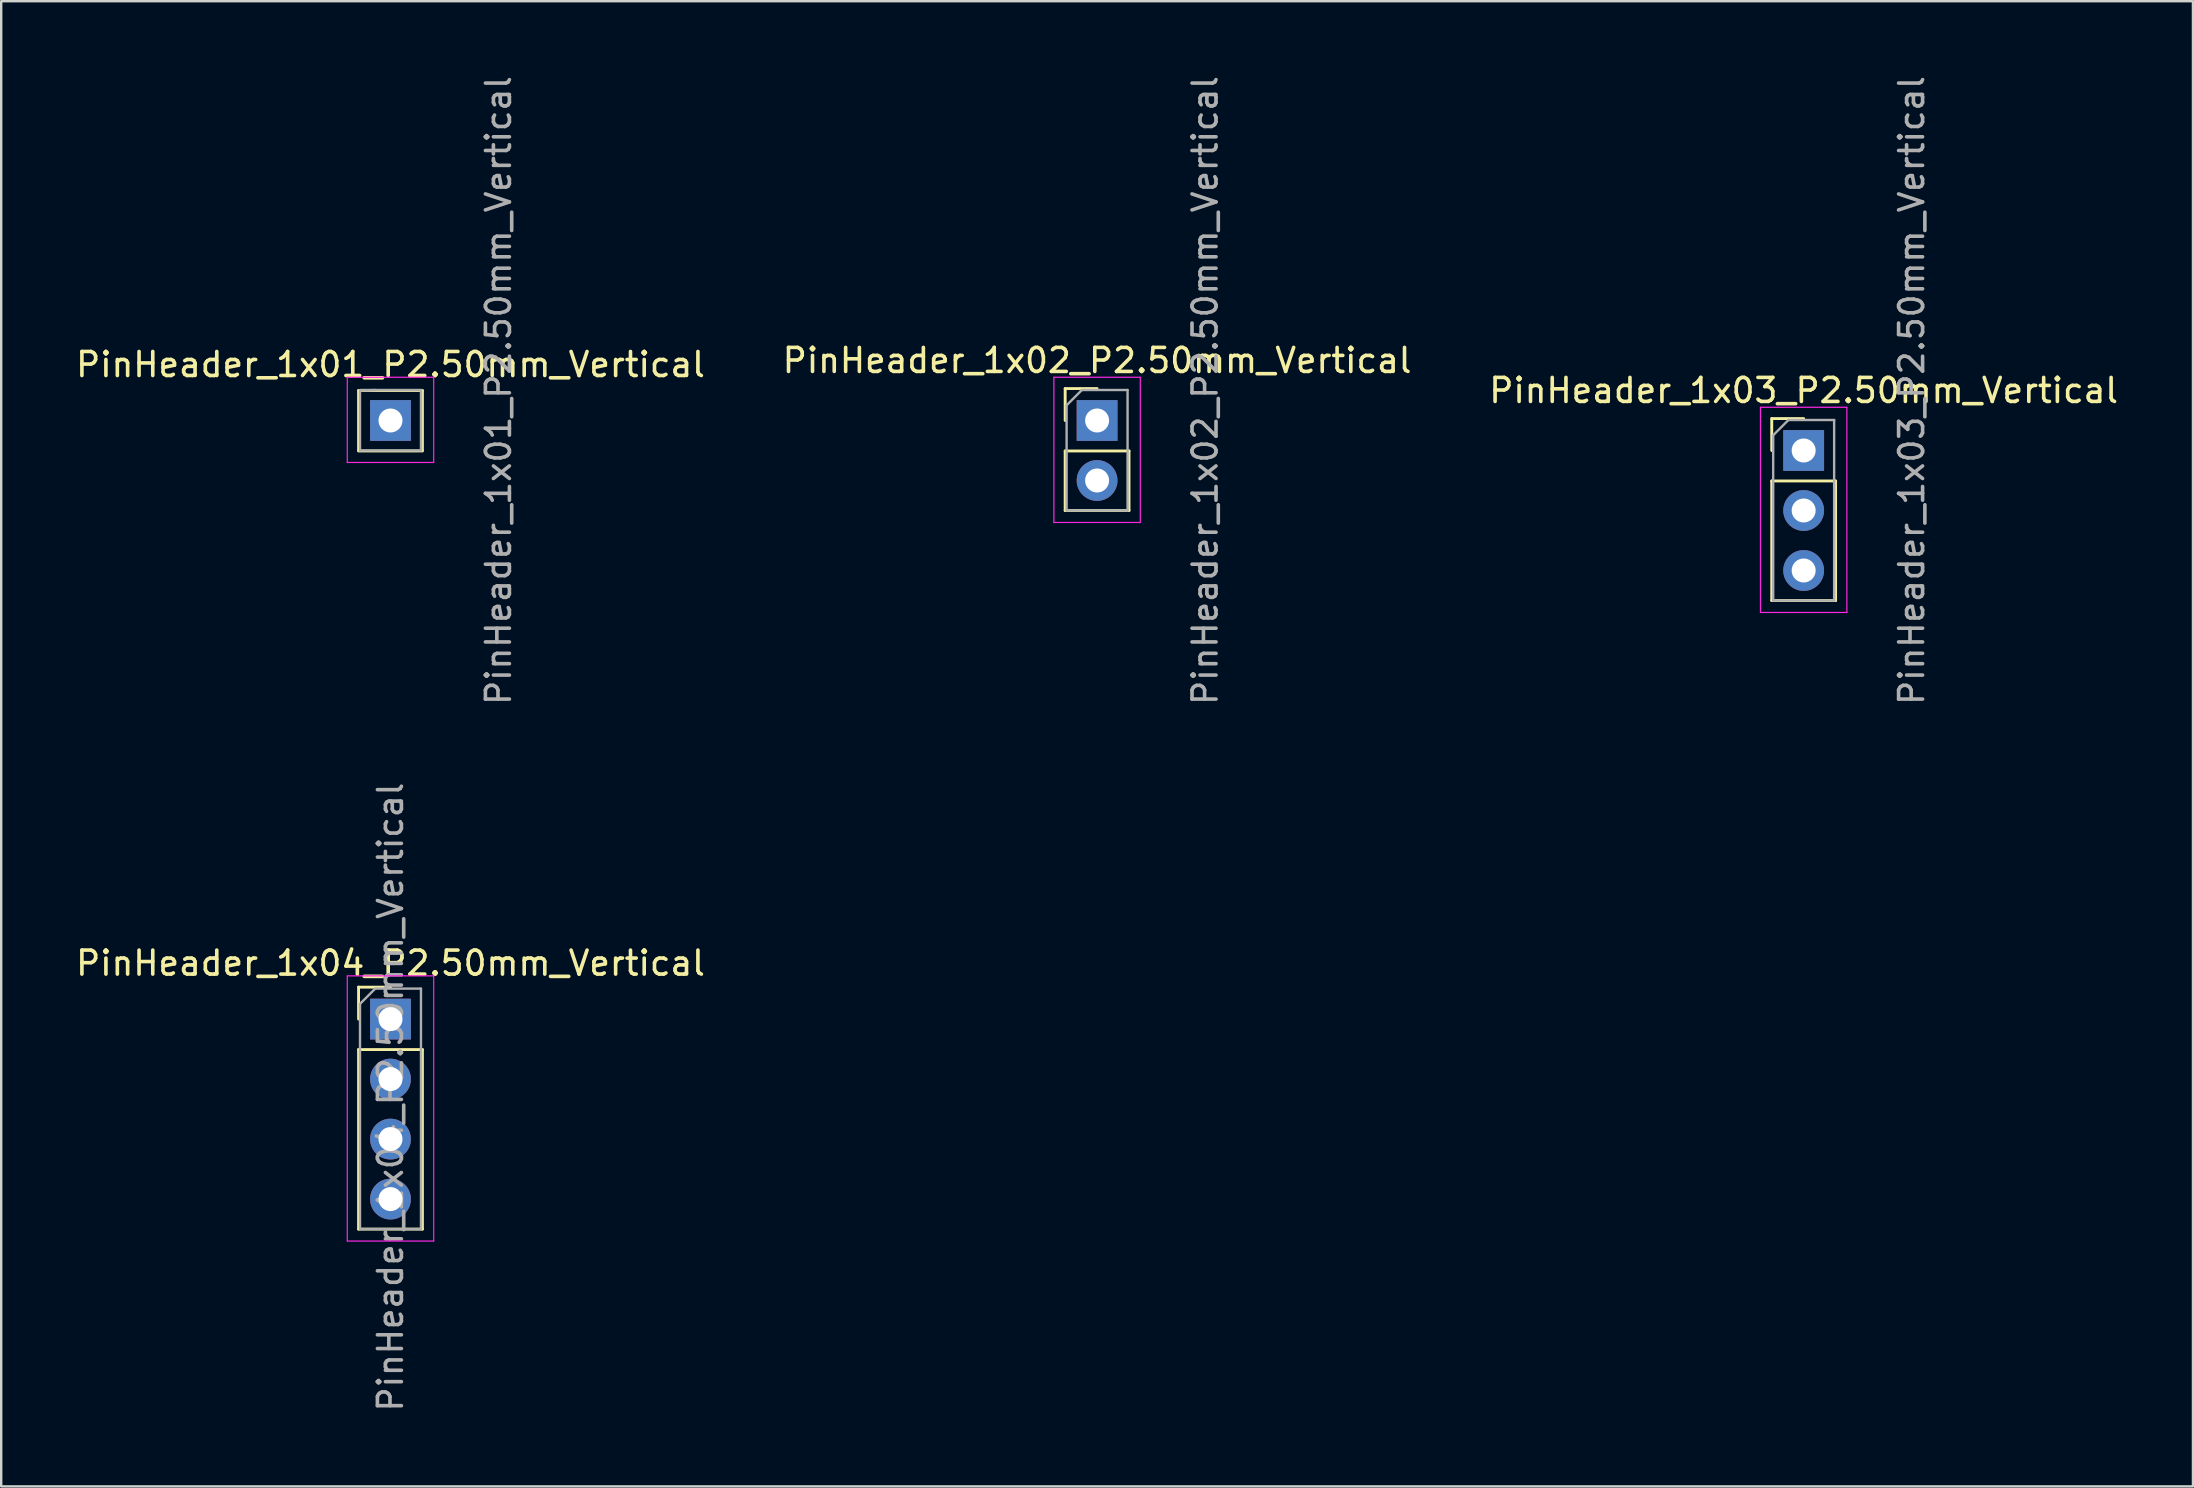
<source format=kicad_pcb>
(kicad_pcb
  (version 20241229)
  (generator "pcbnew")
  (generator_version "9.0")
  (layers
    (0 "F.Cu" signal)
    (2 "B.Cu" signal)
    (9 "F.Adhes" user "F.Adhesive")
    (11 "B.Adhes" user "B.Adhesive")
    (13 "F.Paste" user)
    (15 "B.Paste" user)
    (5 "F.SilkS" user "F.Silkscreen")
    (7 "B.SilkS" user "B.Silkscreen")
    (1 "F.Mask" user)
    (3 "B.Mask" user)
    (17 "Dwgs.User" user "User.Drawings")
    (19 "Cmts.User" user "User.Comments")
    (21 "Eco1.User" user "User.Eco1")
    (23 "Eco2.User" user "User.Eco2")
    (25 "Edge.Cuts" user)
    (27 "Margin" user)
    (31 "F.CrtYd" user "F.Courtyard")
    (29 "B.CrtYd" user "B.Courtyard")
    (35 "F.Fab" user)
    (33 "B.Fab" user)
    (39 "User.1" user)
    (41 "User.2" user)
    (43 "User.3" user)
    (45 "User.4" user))
  (footprint "PinHeader_1x01_P2.50mm_Vertical"
    (layer "F.Cu")
    (at 13.22 1.97)
    (property "Reference" "PinHeader_1x01_P2.50mm_Vertical" (at 0 10.17 0) (layer "F.SilkS") (effects (font (size 1 1) (thickness 0.15))))
    (attr through_hole)
    (fp_line (start -1.33 11.25) (end 1.33 11.25) (stroke (width 0.12) (type solid)) (layer "F.SilkS"))
    (fp_line (start -1.33 11.26) (end -1.33 13.74) (stroke (width 0.12) (type solid)) (layer "F.SilkS"))
    (fp_line (start -1.33 13.77) (end 1.33 13.77) (stroke (width 0.12) (type solid)) (layer "F.SilkS"))
    (fp_line (start 1.33 11.26) (end 1.33 13.74) (stroke (width 0.12) (type solid)) (layer "F.SilkS"))
    (fp_line (start -1.8 10.7) (end -1.8 14.25) (stroke (width 0.05) (type solid)) (layer "F.CrtYd"))
    (fp_line (start -1.8 14.25) (end 1.8 14.25) (stroke (width 0.05) (type solid)) (layer "F.CrtYd"))
    (fp_line (start 1.8 10.7) (end -1.8 10.7) (stroke (width 0.05) (type solid)) (layer "F.CrtYd"))
    (fp_line (start 1.8 14.25) (end 1.8 10.7) (stroke (width 0.05) (type solid)) (layer "F.CrtYd"))
    (fp_line (start -1.27 11.25) (end -0.635 11.23) (stroke (width 0.1) (type solid)) (layer "F.Fab"))
    (fp_line (start -1.27 13.75) (end -1.27 11.25) (stroke (width 0.1) (type solid)) (layer "F.Fab"))
    (fp_line (start -1.25 11.23) (end 1.27 11.23) (stroke (width 0.1) (type solid)) (layer "F.Fab"))
    (fp_line (start 1.27 11.23) (end 1.27 13.75) (stroke (width 0.1) (type solid)) (layer "F.Fab"))
    (fp_line (start 1.27 13.75) (end -1.27 13.75) (stroke (width 0.1) (type solid)) (layer "F.Fab"))
    (fp_text user "${REFERENCE}" (at 4.5 11.25 90) (layer "F.Fab") (effects (font (size 1 1) (thickness 0.15))))
    (pad "1" thru_hole rect (at 0 12.5) (size 1.7 1.7) (drill 1) (layers "*.Cu" "*.Mask")))
  (footprint "PinHeader_1x04_P2.50mm_Vertical"
    (layer "F.Cu")
    (at 13.22 34.411)
    (property "Reference" "PinHeader_1x04_P2.50mm_Vertical" (at 0 2.67 0) (layer "F.SilkS") (effects (font (size 1 1) (thickness 0.15))))
    (attr through_hole)
    (fp_line (start -1.33 3.67) (end 0 3.67) (stroke (width 0.12) (type solid)) (layer "F.SilkS"))
    (fp_line (start -1.33 5) (end -1.33 3.67) (stroke (width 0.12) (type solid)) (layer "F.SilkS"))
    (fp_line (start -1.33 6.27) (end -1.33 13.75) (stroke (width 0.12) (type solid)) (layer "F.SilkS"))
    (fp_line (start -1.33 6.27) (end 1.33 6.27) (stroke (width 0.12) (type solid)) (layer "F.SilkS"))
    (fp_line (start -1.33 13.75) (end 1.33 13.75) (stroke (width 0.12) (type solid)) (layer "F.SilkS"))
    (fp_line (start 1.33 6.27) (end 1.33 13.75) (stroke (width 0.12) (type solid)) (layer "F.SilkS"))
    (fp_line (start -1.8 3.2) (end -1.8 14.25) (stroke (width 0.05) (type solid)) (layer "F.CrtYd"))
    (fp_line (start -1.8 14.25) (end 1.8 14.25) (stroke (width 0.05) (type solid)) (layer "F.CrtYd"))
    (fp_line (start 1.8 3.2) (end -1.8 3.2) (stroke (width 0.05) (type solid)) (layer "F.CrtYd"))
    (fp_line (start 1.8 14.25) (end 1.8 3.2) (stroke (width 0.05) (type solid)) (layer "F.CrtYd"))
    (fp_line (start -1.27 4.365) (end -0.635 3.73) (stroke (width 0.1) (type solid)) (layer "F.Fab"))
    (fp_line (start -1.27 13.75) (end -1.27 4.365) (stroke (width 0.1) (type solid)) (layer "F.Fab"))
    (fp_line (start -0.635 3.73) (end 1.27 3.73) (stroke (width 0.1) (type solid)) (layer "F.Fab"))
    (fp_line (start 1.27 3.73) (end 1.27 13.75) (stroke (width 0.1) (type solid)) (layer "F.Fab"))
    (fp_line (start 1.27 13.75) (end -1.27 13.75) (stroke (width 0.1) (type solid)) (layer "F.Fab"))
    (fp_text user "${REFERENCE}" (at 0 8.25 90) (layer "F.Fab") (effects (font (size 1 1) (thickness 0.15))))
    (pad "1" thru_hole rect (at 0 5) (size 1.7 1.7) (drill 1) (layers "*.Cu" "*.Mask"))
    (pad "2" thru_hole oval (at 0 7.5) (size 1.7 1.7) (drill 1) (layers "*.Cu" "*.Mask"))
    (pad "3" thru_hole oval (at 0 10) (size 1.7 1.7) (drill 1) (layers "*.Cu" "*.Mask"))
    (pad "4" thru_hole oval (at 0 12.5) (size 1.7 1.7) (drill 1) (layers "*.Cu" "*.Mask")))
  (footprint "PinHeader_1x02_P2.50mm_Vertical"
    (layer "F.Cu")
    (at 42.661 1.97)
    (property "Reference" "PinHeader_1x02_P2.50mm_Vertical" (at 0 10 0) (layer "F.SilkS") (effects (font (size 1 1) (thickness 0.15))))
    (attr through_hole)
    (fp_line (start -1.33 11.17) (end 0 11.17) (stroke (width 0.12) (type solid)) (layer "F.SilkS"))
    (fp_line (start -1.33 12.5) (end -1.33 11.17) (stroke (width 0.12) (type solid)) (layer "F.SilkS"))
    (fp_line (start -1.33 13.77) (end -1.33 16.25) (stroke (width 0.12) (type solid)) (layer "F.SilkS"))
    (fp_line (start -1.33 13.77) (end 1.33 13.77) (stroke (width 0.12) (type solid)) (layer "F.SilkS"))
    (fp_line (start -1.33 16.25) (end 1.33 16.25) (stroke (width 0.12) (type solid)) (layer "F.SilkS"))
    (fp_line (start 1.33 13.77) (end 1.33 16.25) (stroke (width 0.12) (type solid)) (layer "F.SilkS"))
    (fp_line (start -1.8 10.7) (end -1.8 16.75) (stroke (width 0.05) (type solid)) (layer "F.CrtYd"))
    (fp_line (start -1.8 16.75) (end 1.8 16.75) (stroke (width 0.05) (type solid)) (layer "F.CrtYd"))
    (fp_line (start 1.8 10.7) (end -1.8 10.7) (stroke (width 0.05) (type solid)) (layer "F.CrtYd"))
    (fp_line (start 1.8 16.75) (end 1.8 10.7) (stroke (width 0.05) (type solid)) (layer "F.CrtYd"))
    (fp_line (start -1.27 11.865) (end -0.635 11.23) (stroke (width 0.1) (type solid)) (layer "F.Fab"))
    (fp_line (start -1.27 16.25) (end -1.27 11.865) (stroke (width 0.1) (type solid)) (layer "F.Fab"))
    (fp_line (start -0.635 11.23) (end 1.27 11.23) (stroke (width 0.1) (type solid)) (layer "F.Fab"))
    (fp_line (start 1.27 11.23) (end 1.27 16.25) (stroke (width 0.1) (type solid)) (layer "F.Fab"))
    (fp_line (start 1.27 16.25) (end -1.27 16.25) (stroke (width 0.1) (type solid)) (layer "F.Fab"))
    (fp_text user "${REFERENCE}" (at 4.5 11.25 90) (layer "F.Fab") (effects (font (size 1 1) (thickness 0.15))))
    (pad "1" thru_hole rect (at 0 12.5) (size 1.7 1.7) (drill 1) (layers "*.Cu" "*.Mask"))
    (pad "2" thru_hole oval (at 0 15) (size 1.7 1.7) (drill 1) (layers "*.Cu" "*.Mask")))
  (footprint "PinHeader_1x03_P2.50mm_Vertical"
    (layer "F.Cu")
    (at 72.101 8.22)
    (property "Reference" "PinHeader_1x03_P2.50mm_Vertical" (at 0 5 0) (layer "F.SilkS") (effects (font (size 1 1) (thickness 0.15))))
    (attr through_hole)
    (fp_line (start -1.33 6.17) (end 0 6.17) (stroke (width 0.12) (type solid)) (layer "F.SilkS"))
    (fp_line (start -1.33 7.5) (end -1.33 6.17) (stroke (width 0.12) (type solid)) (layer "F.SilkS"))
    (fp_line (start -1.33 8.77) (end -1.33 13.75) (stroke (width 0.12) (type solid)) (layer "F.SilkS"))
    (fp_line (start -1.33 8.77) (end 1.33 8.77) (stroke (width 0.12) (type solid)) (layer "F.SilkS"))
    (fp_line (start -1.33 13.75) (end 1.33 13.75) (stroke (width 0.12) (type solid)) (layer "F.SilkS"))
    (fp_line (start 1.33 8.77) (end 1.33 13.75) (stroke (width 0.12) (type solid)) (layer "F.SilkS"))
    (fp_line (start -1.8 5.7) (end -1.8 14.25) (stroke (width 0.05) (type solid)) (layer "F.CrtYd"))
    (fp_line (start -1.8 14.25) (end 1.8 14.25) (stroke (width 0.05) (type solid)) (layer "F.CrtYd"))
    (fp_line (start 1.8 5.7) (end -1.8 5.7) (stroke (width 0.05) (type solid)) (layer "F.CrtYd"))
    (fp_line (start 1.8 14.25) (end 1.8 5.7) (stroke (width 0.05) (type solid)) (layer "F.CrtYd"))
    (fp_line (start -1.27 6.865) (end -0.635 6.23) (stroke (width 0.1) (type solid)) (layer "F.Fab"))
    (fp_line (start -1.27 13.75) (end -1.27 6.865) (stroke (width 0.1) (type solid)) (layer "F.Fab"))
    (fp_line (start -0.635 6.23) (end 1.27 6.23) (stroke (width 0.1) (type solid)) (layer "F.Fab"))
    (fp_line (start 1.27 6.23) (end 1.27 13.75) (stroke (width 0.1) (type solid)) (layer "F.Fab"))
    (fp_line (start 1.27 13.75) (end -1.27 13.75) (stroke (width 0.1) (type solid)) (layer "F.Fab"))
    (fp_text user "${REFERENCE}" (at 4.5 5 90) (layer "F.Fab") (effects (font (size 1 1) (thickness 0.15))))
    (pad "1" thru_hole rect (at 0 7.5) (size 1.7 1.7) (drill 1) (layers "*.Cu" "*.Mask"))
    (pad "2" thru_hole oval (at 0 10) (size 1.7 1.7) (drill 1) (layers "*.Cu" "*.Mask"))
    (pad "3" thru_hole oval (at 0 12.5) (size 1.7 1.7) (drill 1) (layers "*.Cu" "*.Mask")))
  (gr_rect
    (start -3 -3)
    (end 88.321 58.881)
    (stroke (width 0.1) (type default))
    (fill no)
    (layer "Edge.Cuts")))
</source>
